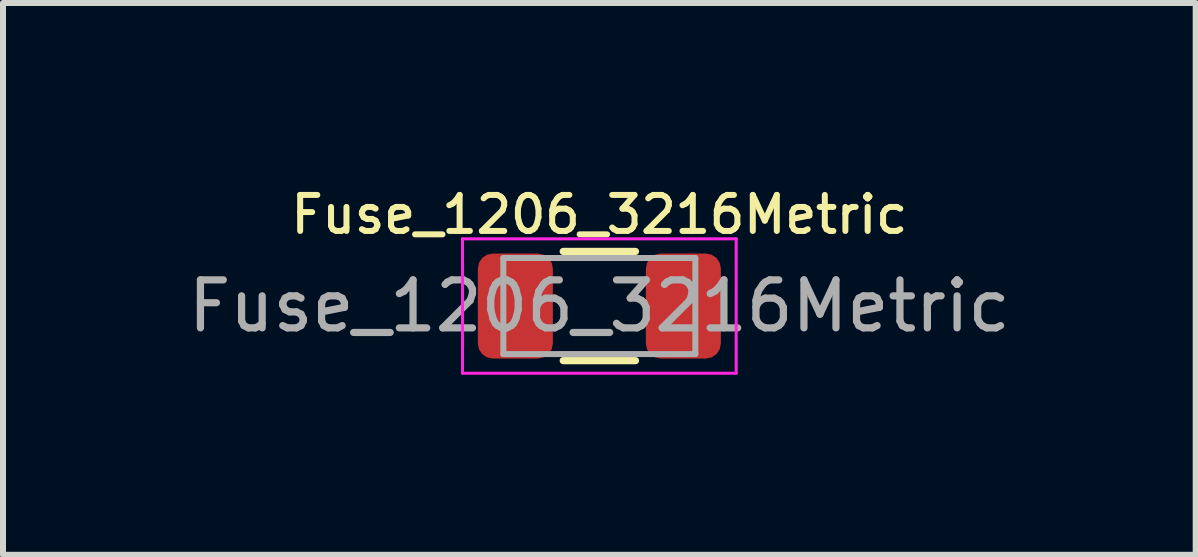
<source format=kicad_pcb>
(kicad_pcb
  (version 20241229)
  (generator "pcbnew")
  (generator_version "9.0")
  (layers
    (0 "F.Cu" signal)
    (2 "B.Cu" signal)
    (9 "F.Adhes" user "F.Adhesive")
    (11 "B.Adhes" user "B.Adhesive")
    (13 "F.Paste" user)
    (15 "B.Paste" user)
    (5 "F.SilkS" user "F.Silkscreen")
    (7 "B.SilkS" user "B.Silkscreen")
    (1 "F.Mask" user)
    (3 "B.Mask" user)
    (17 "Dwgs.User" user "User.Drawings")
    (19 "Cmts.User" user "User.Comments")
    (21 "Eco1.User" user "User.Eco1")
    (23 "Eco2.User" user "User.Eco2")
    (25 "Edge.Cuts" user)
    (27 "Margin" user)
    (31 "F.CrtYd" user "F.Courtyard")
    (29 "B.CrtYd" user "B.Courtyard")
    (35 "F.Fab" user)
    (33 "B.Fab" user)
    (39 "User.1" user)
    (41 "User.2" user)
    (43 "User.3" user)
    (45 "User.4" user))
  (footprint "Fuse_1206_3216Metric"
    (layer "F.Cu")
    (at 6.938 2.05)
    (property "Reference" "Fuse_1206_3216Metric" (at 0 -1.524 0) (layer "F.SilkS") (effects (font (size 0.6 0.6) (thickness 0.1))))
    (attr smd)
    (fp_line (start -0.602 -0.91) (end 0.602 -0.91) (stroke (width 0.12) (type solid)) (layer "F.SilkS"))
    (fp_line (start -0.602 0.91) (end 0.602 0.91) (stroke (width 0.12) (type solid)) (layer "F.SilkS"))
    (fp_line (start -2.28 -1.12) (end 2.28 -1.12) (stroke (width 0.05) (type solid)) (layer "F.CrtYd"))
    (fp_line (start -2.28 1.12) (end -2.28 -1.12) (stroke (width 0.05) (type solid)) (layer "F.CrtYd"))
    (fp_line (start 2.28 -1.12) (end 2.28 1.12) (stroke (width 0.05) (type solid)) (layer "F.CrtYd"))
    (fp_line (start 2.28 1.12) (end -2.28 1.12) (stroke (width 0.05) (type solid)) (layer "F.CrtYd"))
    (fp_line (start -1.6 -0.8) (end 1.6 -0.8) (stroke (width 0.1) (type solid)) (layer "F.Fab"))
    (fp_line (start -1.6 0.8) (end -1.6 -0.8) (stroke (width 0.1) (type solid)) (layer "F.Fab"))
    (fp_line (start 1.6 -0.8) (end 1.6 0.8) (stroke (width 0.1) (type solid)) (layer "F.Fab"))
    (fp_line (start 1.6 0.8) (end -1.6 0.8) (stroke (width 0.1) (type solid)) (layer "F.Fab"))
    (fp_text user "${REFERENCE}" (at 0 0 0) (layer "F.Fab") (effects (font (size 0.8 0.8) (thickness 0.12))))
    (pad "1" smd roundrect (at -1.4 0) (size 1.25 1.75) (layers "F.Cu" "F.Mask" "F.Paste") (roundrect_rratio 0.2))
    (pad "2" smd roundrect (at 1.4 0) (size 1.25 1.75) (layers "F.Cu" "F.Mask" "F.Paste") (roundrect_rratio 0.2)))
  (gr_rect
    (start -3 -3)
    (end 16.876 6.196)
    (stroke (width 0.1) (type default))
    (fill no)
    (layer "Edge.Cuts")))
</source>
